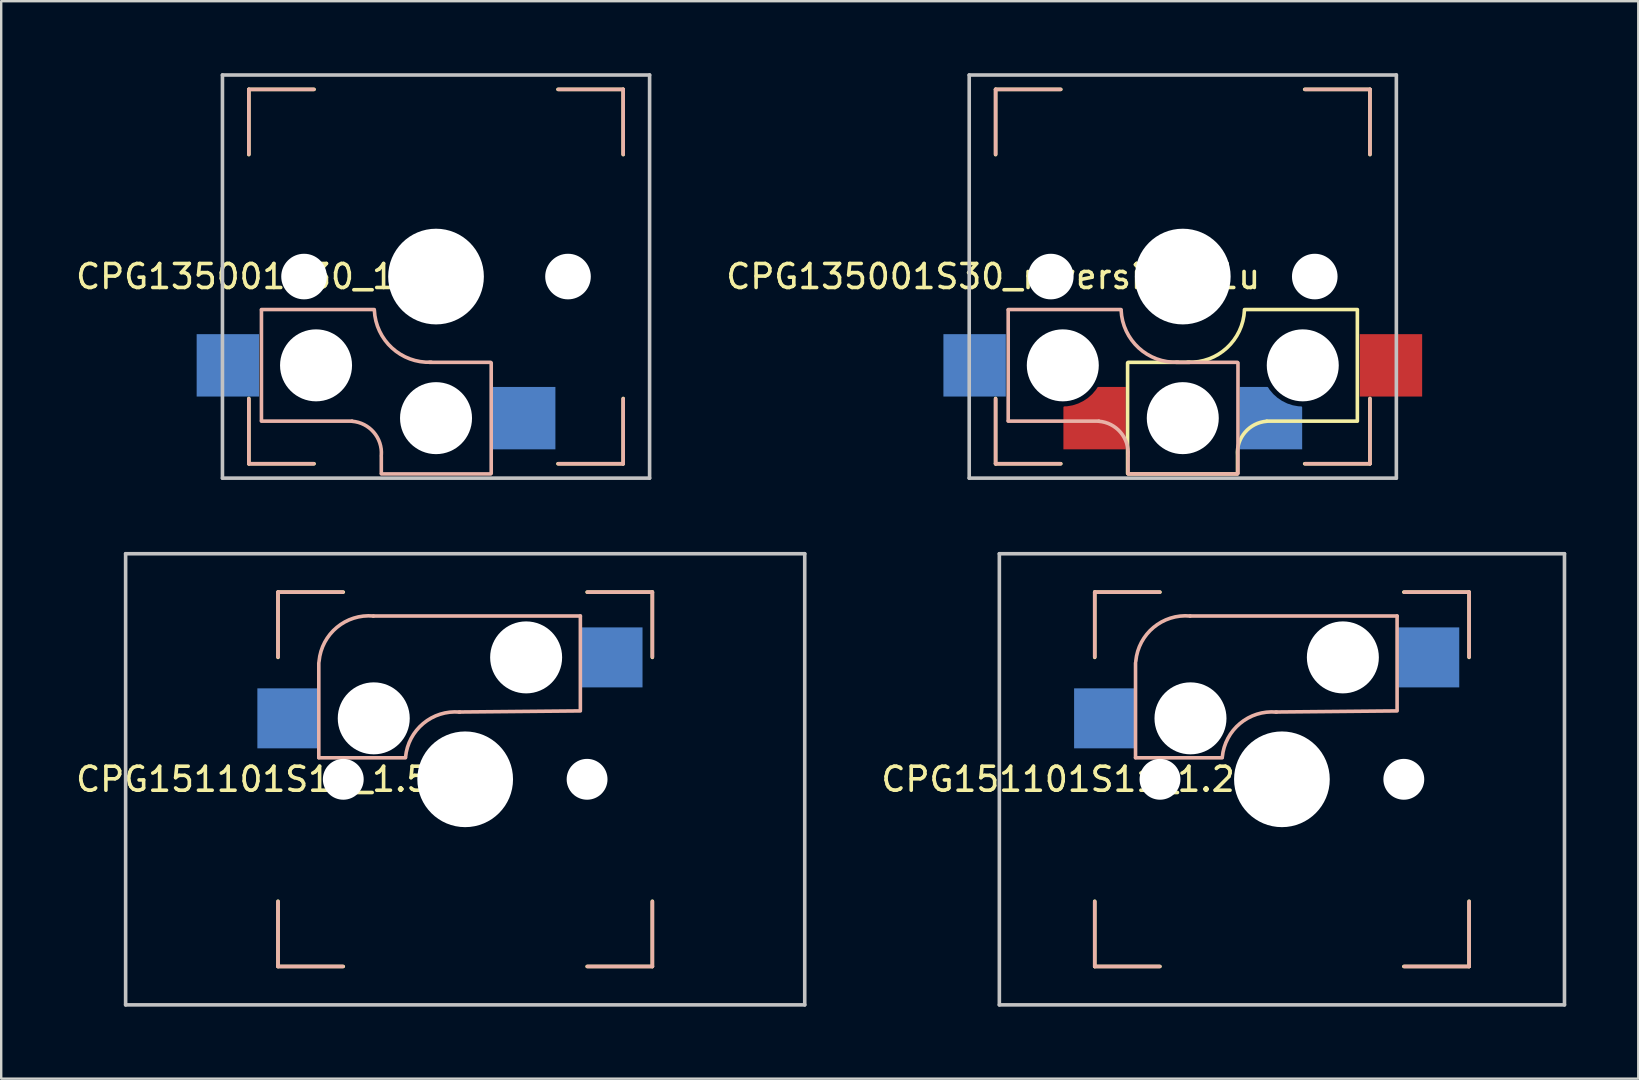
<source format=kicad_pcb>
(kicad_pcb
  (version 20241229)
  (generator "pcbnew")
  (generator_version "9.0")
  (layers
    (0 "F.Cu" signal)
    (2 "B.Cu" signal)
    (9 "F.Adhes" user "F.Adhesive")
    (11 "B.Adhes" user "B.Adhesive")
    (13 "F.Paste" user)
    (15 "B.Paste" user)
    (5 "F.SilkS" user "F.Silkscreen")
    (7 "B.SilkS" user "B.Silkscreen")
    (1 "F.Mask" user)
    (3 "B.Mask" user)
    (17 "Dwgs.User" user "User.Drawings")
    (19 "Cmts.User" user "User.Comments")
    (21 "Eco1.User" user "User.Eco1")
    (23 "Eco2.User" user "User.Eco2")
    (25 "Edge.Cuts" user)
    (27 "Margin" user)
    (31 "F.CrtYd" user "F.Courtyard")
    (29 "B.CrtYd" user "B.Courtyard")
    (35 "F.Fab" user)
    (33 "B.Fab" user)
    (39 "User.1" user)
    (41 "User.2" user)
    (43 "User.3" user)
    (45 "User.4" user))
  (footprint "CPG151101S11_1.25u"
    (layer "F.Cu")
    (at 50.37 29.425)
    (property "Reference" "CPG151101S11_1.25u" (at -8.4 0 180) (layer "F.SilkS") (effects (font (size 1 1) (thickness 0.15))))
    (attr through_hole)
    (fp_line (start -7.8 -7.8) (end -5.08 -7.8) (stroke (width 0.15) (type solid)) (layer "F.SilkS"))
    (fp_line (start -7.8 -5.08) (end -7.8 -7.8) (stroke (width 0.15) (type solid)) (layer "F.SilkS"))
    (fp_line (start -7.8 5.08) (end -7.8 7.8) (stroke (width 0.15) (type solid)) (layer "F.SilkS"))
    (fp_line (start -7.8 7.8) (end -5.08 7.8) (stroke (width 0.15) (type solid)) (layer "F.SilkS"))
    (fp_line (start 5.08 7.8) (end 7.8 7.8) (stroke (width 0.15) (type solid)) (layer "F.SilkS"))
    (fp_line (start 7.8 -7.8) (end 5.08 -7.8) (stroke (width 0.15) (type solid)) (layer "F.SilkS"))
    (fp_line (start 7.8 -5.08) (end 7.8 -7.8) (stroke (width 0.15) (type solid)) (layer "F.SilkS"))
    (fp_line (start 7.8 7.8) (end 7.8 5.08) (stroke (width 0.15) (type solid)) (layer "F.SilkS"))
    (fp_line (start -7.8 -7.8) (end -5.1 -7.8) (stroke (width 0.15) (type solid)) (layer "B.SilkS"))
    (fp_line (start -7.8 -5.1) (end -7.8 -7.8) (stroke (width 0.15) (type solid)) (layer "B.SilkS"))
    (fp_line (start -7.8 7.8) (end -7.8 5.1) (stroke (width 0.15) (type solid)) (layer "B.SilkS"))
    (fp_line (start -6.1 -4.85) (end -6.1 -0.905) (stroke (width 0.15) (type solid)) (layer "B.SilkS"))
    (fp_line (start -6.1 -0.896) (end -2.49 -0.896) (stroke (width 0.15) (type solid)) (layer "B.SilkS"))
    (fp_line (start -5.1 7.8) (end -7.8 7.8) (stroke (width 0.15) (type solid)) (layer "B.SilkS"))
    (fp_line (start 4.8 -6.804) (end -3.825 -6.804) (stroke (width 0.15) (type solid)) (layer "B.SilkS"))
    (fp_line (start 4.8 -2.896) (end 4.8 -6.804) (stroke (width 0.15) (type solid)) (layer "B.SilkS"))
    (fp_line (start 4.8 -2.85) (end -0.25 -2.804) (stroke (width 0.15) (type solid)) (layer "B.SilkS"))
    (fp_line (start 5.1 -7.8) (end 7.8 -7.8) (stroke (width 0.15) (type solid)) (layer "B.SilkS"))
    (fp_line (start 7.8 -7.8) (end 7.8 -5.1) (stroke (width 0.15) (type solid)) (layer "B.SilkS"))
    (fp_line (start 7.8 5.1) (end 7.8 7.8) (stroke (width 0.15) (type solid)) (layer "B.SilkS"))
    (fp_line (start 7.8 7.8) (end 5.1 7.8) (stroke (width 0.15) (type solid)) (layer "B.SilkS"))
    (fp_arc (start -6.089 -4.92) (mid -5.347189 -6.33089) (end -3.825 -6.804) (stroke (width 0.15) (type solid)) (layer "B.SilkS"))
    (fp_arc (start -2.484999 -0.920001) (mid -1.74436 -2.328062) (end -0.225 -2.8) (stroke (width 0.15) (type solid)) (layer "B.SilkS"))
    (fp_line (start -11.775 -9.4) (end 11.775 -9.4) (stroke (width 0.15) (type solid)) (layer "Dwgs.User"))
    (fp_line (start -11.775 9.4) (end -11.775 -9.4) (stroke (width 0.15) (type solid)) (layer "Dwgs.User"))
    (fp_line (start 11.775 -9.4) (end 11.775 9.4) (stroke (width 0.15) (type solid)) (layer "Dwgs.User"))
    (fp_line (start 11.775 9.4) (end -11.775 9.4) (stroke (width 0.15) (type solid)) (layer "Dwgs.User"))
    (fp_line (start -7 7) (end -7 -7) (stroke (width 0.15) (type solid)) (layer "Eco2.User"))
    (fp_line (start -7 7) (end 7 7) (stroke (width 0.15) (type solid)) (layer "Eco2.User"))
    (fp_line (start 7 -7) (end -7 -7) (stroke (width 0.15) (type solid)) (layer "Eco2.User"))
    (fp_line (start 7 -7) (end 7 7) (stroke (width 0.15) (type solid)) (layer "Eco2.User"))
    (pad "" np_thru_hole circle (at -5.08 0) (size 1.702 1.702) (drill 1.702) (layers "*.Cu" "*.Mask"))
    (pad "" np_thru_hole circle (at -3.81 -2.54) (size 3 3) (drill 3) (layers "*.Cu" "*.Mask"))
    (pad "" np_thru_hole circle (at 0 0) (size 3.988 3.988) (drill 3.988) (layers "*.Cu" "*.Mask"))
    (pad "" np_thru_hole circle (at 2.54 -5.08) (size 3 3) (drill 3) (layers "*.Cu" "*.Mask"))
    (pad "" np_thru_hole circle (at 5.08 0) (size 1.702 1.702) (drill 1.702) (layers "*.Cu" "*.Mask"))
    (pad "1" smd rect (at -7.385 -2.54) (size 2.55 2.5) (layers "B.Cu" "B.Mask" "B.Paste"))
    (pad "2" smd rect (at 6.115 -5.08 180) (size 2.55 2.5) (layers "B.Cu" "B.Mask" "B.Paste")))
  (footprint "CPG151101S11_1.5u"
    (layer "F.Cu")
    (at 16.335 29.425)
    (property "Reference" "CPG151101S11_1.5u" (at -8.4 0 180) (layer "F.SilkS") (effects (font (size 1 1) (thickness 0.15))))
    (attr through_hole)
    (fp_line (start -7.8 -7.8) (end -5.08 -7.8) (stroke (width 0.15) (type solid)) (layer "F.SilkS"))
    (fp_line (start -7.8 -5.08) (end -7.8 -7.8) (stroke (width 0.15) (type solid)) (layer "F.SilkS"))
    (fp_line (start -7.8 5.08) (end -7.8 7.8) (stroke (width 0.15) (type solid)) (layer "F.SilkS"))
    (fp_line (start -7.8 7.8) (end -5.08 7.8) (stroke (width 0.15) (type solid)) (layer "F.SilkS"))
    (fp_line (start 5.08 7.8) (end 7.8 7.8) (stroke (width 0.15) (type solid)) (layer "F.SilkS"))
    (fp_line (start 7.8 -7.8) (end 5.08 -7.8) (stroke (width 0.15) (type solid)) (layer "F.SilkS"))
    (fp_line (start 7.8 -5.08) (end 7.8 -7.8) (stroke (width 0.15) (type solid)) (layer "F.SilkS"))
    (fp_line (start 7.8 7.8) (end 7.8 5.08) (stroke (width 0.15) (type solid)) (layer "F.SilkS"))
    (fp_line (start -7.8 -7.8) (end -5.1 -7.8) (stroke (width 0.15) (type solid)) (layer "B.SilkS"))
    (fp_line (start -7.8 -5.1) (end -7.8 -7.8) (stroke (width 0.15) (type solid)) (layer "B.SilkS"))
    (fp_line (start -7.8 7.8) (end -7.8 5.1) (stroke (width 0.15) (type solid)) (layer "B.SilkS"))
    (fp_line (start -6.1 -4.85) (end -6.1 -0.905) (stroke (width 0.15) (type solid)) (layer "B.SilkS"))
    (fp_line (start -6.1 -0.896) (end -2.49 -0.896) (stroke (width 0.15) (type solid)) (layer "B.SilkS"))
    (fp_line (start -5.1 7.8) (end -7.8 7.8) (stroke (width 0.15) (type solid)) (layer "B.SilkS"))
    (fp_line (start 4.8 -6.804) (end -3.825 -6.804) (stroke (width 0.15) (type solid)) (layer "B.SilkS"))
    (fp_line (start 4.8 -2.896) (end 4.8 -6.804) (stroke (width 0.15) (type solid)) (layer "B.SilkS"))
    (fp_line (start 4.8 -2.85) (end -0.25 -2.804) (stroke (width 0.15) (type solid)) (layer "B.SilkS"))
    (fp_line (start 5.1 -7.8) (end 7.8 -7.8) (stroke (width 0.15) (type solid)) (layer "B.SilkS"))
    (fp_line (start 7.8 -7.8) (end 7.8 -5.1) (stroke (width 0.15) (type solid)) (layer "B.SilkS"))
    (fp_line (start 7.8 5.1) (end 7.8 7.8) (stroke (width 0.15) (type solid)) (layer "B.SilkS"))
    (fp_line (start 7.8 7.8) (end 5.1 7.8) (stroke (width 0.15) (type solid)) (layer "B.SilkS"))
    (fp_arc (start -6.089 -4.92) (mid -5.347189 -6.33089) (end -3.825 -6.804) (stroke (width 0.15) (type solid)) (layer "B.SilkS"))
    (fp_arc (start -2.484999 -0.920001) (mid -1.74436 -2.328062) (end -0.225 -2.8) (stroke (width 0.15) (type solid)) (layer "B.SilkS"))
    (fp_line (start -14.15 -9.4) (end 14.15 -9.4) (stroke (width 0.15) (type solid)) (layer "Dwgs.User"))
    (fp_line (start -14.15 9.4) (end -14.15 -9.4) (stroke (width 0.15) (type solid)) (layer "Dwgs.User"))
    (fp_line (start 14.15 -9.4) (end 14.15 9.4) (stroke (width 0.15) (type solid)) (layer "Dwgs.User"))
    (fp_line (start 14.15 9.4) (end -14.15 9.4) (stroke (width 0.15) (type solid)) (layer "Dwgs.User"))
    (fp_line (start -7 7) (end -7 -7) (stroke (width 0.15) (type solid)) (layer "Eco2.User"))
    (fp_line (start -7 7) (end 7 7) (stroke (width 0.15) (type solid)) (layer "Eco2.User"))
    (fp_line (start 7 -7) (end -7 -7) (stroke (width 0.15) (type solid)) (layer "Eco2.User"))
    (fp_line (start 7 -7) (end 7 7) (stroke (width 0.15) (type solid)) (layer "Eco2.User"))
    (pad "" np_thru_hole circle (at -5.08 0) (size 1.702 1.702) (drill 1.702) (layers "*.Cu" "*.Mask"))
    (pad "" np_thru_hole circle (at -3.81 -2.54) (size 3 3) (drill 3) (layers "*.Cu" "*.Mask"))
    (pad "" np_thru_hole circle (at 0 0) (size 3.988 3.988) (drill 3.988) (layers "*.Cu" "*.Mask"))
    (pad "" np_thru_hole circle (at 2.54 -5.08) (size 3 3) (drill 3) (layers "*.Cu" "*.Mask"))
    (pad "" np_thru_hole circle (at 5.08 0) (size 1.702 1.702) (drill 1.702) (layers "*.Cu" "*.Mask"))
    (pad "1" smd rect (at -7.385 -2.54) (size 2.55 2.5) (layers "B.Cu" "B.Mask" "B.Paste"))
    (pad "2" smd rect (at 6.115 -5.08 180) (size 2.55 2.5) (layers "B.Cu" "B.Mask" "B.Paste")))
  (footprint "CPG135001S30_reversible_1u"
    (layer "F.Cu")
    (at 46.239 8.475)
    (property "Reference" "CPG135001S30_reversible_1u" (at -7.9 0 180) (layer "F.SilkS") (effects (font (size 1 1) (thickness 0.15))))
    (attr through_hole)
    (fp_line (start -7.8 -7.8) (end -5.08 -7.8) (stroke (width 0.15) (type solid)) (layer "F.SilkS"))
    (fp_line (start -7.8 -5.08) (end -7.8 -7.8) (stroke (width 0.15) (type solid)) (layer "F.SilkS"))
    (fp_line (start -7.8 5.08) (end -7.8 7.8) (stroke (width 0.15) (type solid)) (layer "F.SilkS"))
    (fp_line (start -7.8 7.8) (end -5.08 7.8) (stroke (width 0.15) (type solid)) (layer "F.SilkS"))
    (fp_line (start -2.3 3.6) (end -2.3 8.2) (stroke (width 0.15) (type solid)) (layer "F.SilkS"))
    (fp_line (start -2.275 3.575) (end 0.275 3.575) (stroke (width 0.15) (type solid)) (layer "F.SilkS"))
    (fp_line (start -2.275 8.225) (end 2.275 8.225) (stroke (width 0.15) (type solid)) (layer "F.SilkS"))
    (fp_line (start 2.28 7.5) (end 2.28 8.2) (stroke (width 0.15) (type solid)) (layer "F.SilkS"))
    (fp_line (start 2.575 1.375) (end 7.275 1.375) (stroke (width 0.15) (type solid)) (layer "F.SilkS"))
    (fp_line (start 3.5 6.025) (end 7.275 6.025) (stroke (width 0.15) (type solid)) (layer "F.SilkS"))
    (fp_line (start 5.08 7.8) (end 7.8 7.8) (stroke (width 0.15) (type solid)) (layer "F.SilkS"))
    (fp_line (start 7.275 1.4) (end 7.275 6) (stroke (width 0.15) (type solid)) (layer "F.SilkS"))
    (fp_line (start 7.8 -7.8) (end 5.08 -7.8) (stroke (width 0.15) (type solid)) (layer "F.SilkS"))
    (fp_line (start 7.8 -5.08) (end 7.8 -7.8) (stroke (width 0.15) (type solid)) (layer "F.SilkS"))
    (fp_line (start 7.8 7.8) (end 7.8 5.08) (stroke (width 0.15) (type solid)) (layer "F.SilkS"))
    (fp_arc (start 2.279999 7.449999) (mid 2.595908 6.487329) (end 3.5 6.03) (stroke (width 0.15) (type solid)) (layer "F.SilkS"))
    (fp_arc (start 2.57 1.4) (mid 1.834422 2.975843) (end 0.2 3.57) (stroke (width 0.15) (type solid)) (layer "F.SilkS"))
    (fp_line (start -7.8 -7.8) (end -5.1 -7.8) (stroke (width 0.15) (type solid)) (layer "B.SilkS"))
    (fp_line (start -7.8 -5.1) (end -7.8 -7.8) (stroke (width 0.15) (type solid)) (layer "B.SilkS"))
    (fp_line (start -7.8 7.8) (end -7.8 5.1) (stroke (width 0.15) (type solid)) (layer "B.SilkS"))
    (fp_line (start -7.275 1.4) (end -7.275 6) (stroke (width 0.15) (type solid)) (layer "B.SilkS"))
    (fp_line (start -5.1 7.8) (end -7.8 7.8) (stroke (width 0.15) (type solid)) (layer "B.SilkS"))
    (fp_line (start -3.5 6.025) (end -7.275 6.025) (stroke (width 0.15) (type solid)) (layer "B.SilkS"))
    (fp_line (start -2.575 1.375) (end -7.275 1.375) (stroke (width 0.15) (type solid)) (layer "B.SilkS"))
    (fp_line (start -2.28 7.5) (end -2.28 8.2) (stroke (width 0.15) (type solid)) (layer "B.SilkS"))
    (fp_line (start 2.275 3.575) (end -0.275 3.575) (stroke (width 0.15) (type solid)) (layer "B.SilkS"))
    (fp_line (start 2.275 8.225) (end -2.275 8.225) (stroke (width 0.15) (type solid)) (layer "B.SilkS"))
    (fp_line (start 2.3 3.6) (end 2.3 8.2) (stroke (width 0.15) (type solid)) (layer "B.SilkS"))
    (fp_line (start 5.1 -7.8) (end 7.8 -7.8) (stroke (width 0.15) (type solid)) (layer "B.SilkS"))
    (fp_line (start 7.8 -7.8) (end 7.8 -5.1) (stroke (width 0.15) (type solid)) (layer "B.SilkS"))
    (fp_line (start 7.8 5.1) (end 7.8 7.8) (stroke (width 0.15) (type solid)) (layer "B.SilkS"))
    (fp_line (start 7.8 7.8) (end 5.1 7.8) (stroke (width 0.15) (type solid)) (layer "B.SilkS"))
    (fp_arc (start -3.5 6.03) (mid -2.595908 6.48733) (end -2.28 7.45) (stroke (width 0.15) (type solid)) (layer "B.SilkS"))
    (fp_arc (start -0.2 3.57) (mid -1.834422 2.975843) (end -2.57 1.4) (stroke (width 0.15) (type solid)) (layer "B.SilkS"))
    (fp_line (start -8.9 -8.4) (end 8.9 -8.4) (stroke (width 0.15) (type solid)) (layer "Dwgs.User"))
    (fp_line (start -8.9 8.4) (end -8.9 -8.4) (stroke (width 0.15) (type solid)) (layer "Dwgs.User"))
    (fp_line (start 8.9 -8.4) (end 8.9 8.4) (stroke (width 0.15) (type solid)) (layer "Dwgs.User"))
    (fp_line (start 8.9 8.4) (end -8.9 8.4) (stroke (width 0.15) (type solid)) (layer "Dwgs.User"))
    (fp_line (start -7 7) (end -7 -7) (stroke (width 0.15) (type solid)) (layer "Eco2.User"))
    (fp_line (start -7 7) (end 7 7) (stroke (width 0.15) (type solid)) (layer "Eco2.User"))
    (fp_line (start 7 -7) (end -7 -7) (stroke (width 0.15) (type solid)) (layer "Eco2.User"))
    (fp_line (start 7 -7) (end 7 7) (stroke (width 0.15) (type solid)) (layer "Eco2.User"))
    (pad "" np_thru_hole circle (at -5.5 0) (size 1.9 1.9) (drill 1.9) (layers "*.Cu" "*.Mask"))
    (pad "" np_thru_hole circle (at -5 3.7) (size 3 3) (drill 3) (layers "*.Cu" "*.Mask"))
    (pad "" np_thru_hole circle (at 0 0) (size 3.988 3.988) (drill 3.988) (layers "*.Cu" "*.Mask"))
    (pad "" np_thru_hole circle (at 0 5.9 90) (size 3 3) (drill 3) (layers "*.Cu" "*.Mask"))
    (pad "" np_thru_hole circle (at 5 3.7) (size 3 3) (drill 3) (layers "*.Cu" "*.Mask"))
    (pad "" np_thru_hole circle (at 5.5 0) (size 1.9 1.9) (drill 1.9) (layers "*.Cu" "*.Mask"))
    (pad "1" smd rect (at -8.675 3.7) (size 2.6 2.6) (layers "B.Cu" "B.Mask" "B.Paste"))
    (pad "1" smd rect (at 8.675 3.7) (size 2.6 2.6) (layers "F.Cu" "F.Mask" "F.Paste"))
    (pad "2" smd custom (at -3.675 5.9) (size 1.2 1.2) (layers "F.Cu" "F.Mask" "F.Paste") (options (anchor rect)) (primitives (gr_poly (pts (xy 0.15 -1.3) (xy -0.05 -1) (xy -0.3 -0.8) (xy -0.7 -0.6) (xy -0.95 -0.5) (xy -1.3 -0.44) (xy -1.3 1.3) (xy 1.3 1.3) (xy 1.3 -1.3)) (width 0) (fill yes)) (gr_arc (start 0.152398 -1.259777) (mid -0.453976 -0.680776) (end -1.26 -0.45) (width 0.08))))
    (pad "2" smd custom (at 3.675 5.9 180) (size 1.2 1.2) (layers "B.Cu" "B.Mask" "B.Paste") (options (anchor rect)) (primitives (gr_poly (pts (xy 0.15 1.3) (xy -0.05 1) (xy -0.3 0.8) (xy -0.7 0.6) (xy -0.95 0.5) (xy -1.3 0.44) (xy -1.3 -1.3) (xy 1.3 -1.3) (xy 1.3 1.3)) (width 0) (fill yes)) (gr_arc (start -1.26 0.45) (mid -0.453976 0.680776) (end 0.152398 1.259777) (width 0.08)))))
  (footprint "CPG135001S30_1u"
    (layer "F.Cu")
    (at 15.12 8.475)
    (property "Reference" "CPG135001S30_1u" (at -7.9 0 180) (layer "F.SilkS") (effects (font (size 1 1) (thickness 0.15))))
    (attr through_hole)
    (fp_line (start -7.8 -7.8) (end -5.08 -7.8) (stroke (width 0.15) (type solid)) (layer "F.SilkS"))
    (fp_line (start -7.8 -5.08) (end -7.8 -7.8) (stroke (width 0.15) (type solid)) (layer "F.SilkS"))
    (fp_line (start -7.8 5.08) (end -7.8 7.8) (stroke (width 0.15) (type solid)) (layer "F.SilkS"))
    (fp_line (start -7.8 7.8) (end -5.08 7.8) (stroke (width 0.15) (type solid)) (layer "F.SilkS"))
    (fp_line (start 5.08 7.8) (end 7.8 7.8) (stroke (width 0.15) (type solid)) (layer "F.SilkS"))
    (fp_line (start 7.8 -7.8) (end 5.08 -7.8) (stroke (width 0.15) (type solid)) (layer "F.SilkS"))
    (fp_line (start 7.8 -5.08) (end 7.8 -7.8) (stroke (width 0.15) (type solid)) (layer "F.SilkS"))
    (fp_line (start 7.8 7.8) (end 7.8 5.08) (stroke (width 0.15) (type solid)) (layer "F.SilkS"))
    (fp_line (start -7.8 -7.8) (end -5.1 -7.8) (stroke (width 0.15) (type solid)) (layer "B.SilkS"))
    (fp_line (start -7.8 -5.1) (end -7.8 -7.8) (stroke (width 0.15) (type solid)) (layer "B.SilkS"))
    (fp_line (start -7.8 7.8) (end -7.8 5.1) (stroke (width 0.15) (type solid)) (layer "B.SilkS"))
    (fp_line (start -7.275 1.4) (end -7.275 6) (stroke (width 0.15) (type solid)) (layer "B.SilkS"))
    (fp_line (start -5.1 7.8) (end -7.8 7.8) (stroke (width 0.15) (type solid)) (layer "B.SilkS"))
    (fp_line (start -3.5 6.025) (end -7.275 6.025) (stroke (width 0.15) (type solid)) (layer "B.SilkS"))
    (fp_line (start -2.575 1.375) (end -7.275 1.375) (stroke (width 0.15) (type solid)) (layer "B.SilkS"))
    (fp_line (start -2.28 7.5) (end -2.28 8.2) (stroke (width 0.15) (type solid)) (layer "B.SilkS"))
    (fp_line (start 2.275 3.575) (end -0.275 3.575) (stroke (width 0.15) (type solid)) (layer "B.SilkS"))
    (fp_line (start 2.275 8.225) (end -2.275 8.225) (stroke (width 0.15) (type solid)) (layer "B.SilkS"))
    (fp_line (start 2.3 3.6) (end 2.3 8.2) (stroke (width 0.15) (type solid)) (layer "B.SilkS"))
    (fp_line (start 5.1 -7.8) (end 7.8 -7.8) (stroke (width 0.15) (type solid)) (layer "B.SilkS"))
    (fp_line (start 7.8 -7.8) (end 7.8 -5.1) (stroke (width 0.15) (type solid)) (layer "B.SilkS"))
    (fp_line (start 7.8 5.1) (end 7.8 7.8) (stroke (width 0.15) (type solid)) (layer "B.SilkS"))
    (fp_line (start 7.8 7.8) (end 5.1 7.8) (stroke (width 0.15) (type solid)) (layer "B.SilkS"))
    (fp_arc (start -3.5 6.03) (mid -2.595908 6.48733) (end -2.28 7.45) (stroke (width 0.15) (type solid)) (layer "B.SilkS"))
    (fp_arc (start -0.2 3.57) (mid -1.834422 2.975843) (end -2.57 1.4) (stroke (width 0.15) (type solid)) (layer "B.SilkS"))
    (fp_line (start -8.9 -8.4) (end 8.9 -8.4) (stroke (width 0.15) (type solid)) (layer "Dwgs.User"))
    (fp_line (start -8.9 8.4) (end -8.9 -8.4) (stroke (width 0.15) (type solid)) (layer "Dwgs.User"))
    (fp_line (start 8.9 -8.4) (end 8.9 8.4) (stroke (width 0.15) (type solid)) (layer "Dwgs.User"))
    (fp_line (start 8.9 8.4) (end -8.9 8.4) (stroke (width 0.15) (type solid)) (layer "Dwgs.User"))
    (fp_line (start -7 7) (end -7 -7) (stroke (width 0.15) (type solid)) (layer "Eco2.User"))
    (fp_line (start -7 7) (end 7 7) (stroke (width 0.15) (type solid)) (layer "Eco2.User"))
    (fp_line (start 7 -7) (end -7 -7) (stroke (width 0.15) (type solid)) (layer "Eco2.User"))
    (fp_line (start 7 -7) (end 7 7) (stroke (width 0.15) (type solid)) (layer "Eco2.User"))
    (pad "" np_thru_hole circle (at -5.5 0) (size 1.9 1.9) (drill 1.9) (layers "*.Cu" "*.Mask"))
    (pad "" np_thru_hole circle (at -5 3.7) (size 3 3) (drill 3) (layers "*.Cu" "*.Mask"))
    (pad "" np_thru_hole circle (at 0 0) (size 3.988 3.988) (drill 3.988) (layers "*.Cu" "*.Mask"))
    (pad "" np_thru_hole circle (at 0 5.9 90) (size 3 3) (drill 3) (layers "*.Cu" "*.Mask"))
    (pad "" np_thru_hole circle (at 5.5 0) (size 1.9 1.9) (drill 1.9) (layers "*.Cu" "*.Mask"))
    (pad "1" smd rect (at -8.675 3.7) (size 2.6 2.6) (layers "B.Cu" "B.Mask" "B.Paste"))
    (pad "2" smd rect (at 3.675 5.9 180) (size 2.6 2.6) (layers "B.Cu" "B.Mask" "B.Paste")))
  (gr_rect
    (start -3 -3)
    (end 65.22 41.9)
    (stroke (width 0.1) (type default))
    (fill no)
    (layer "Edge.Cuts")))
</source>
